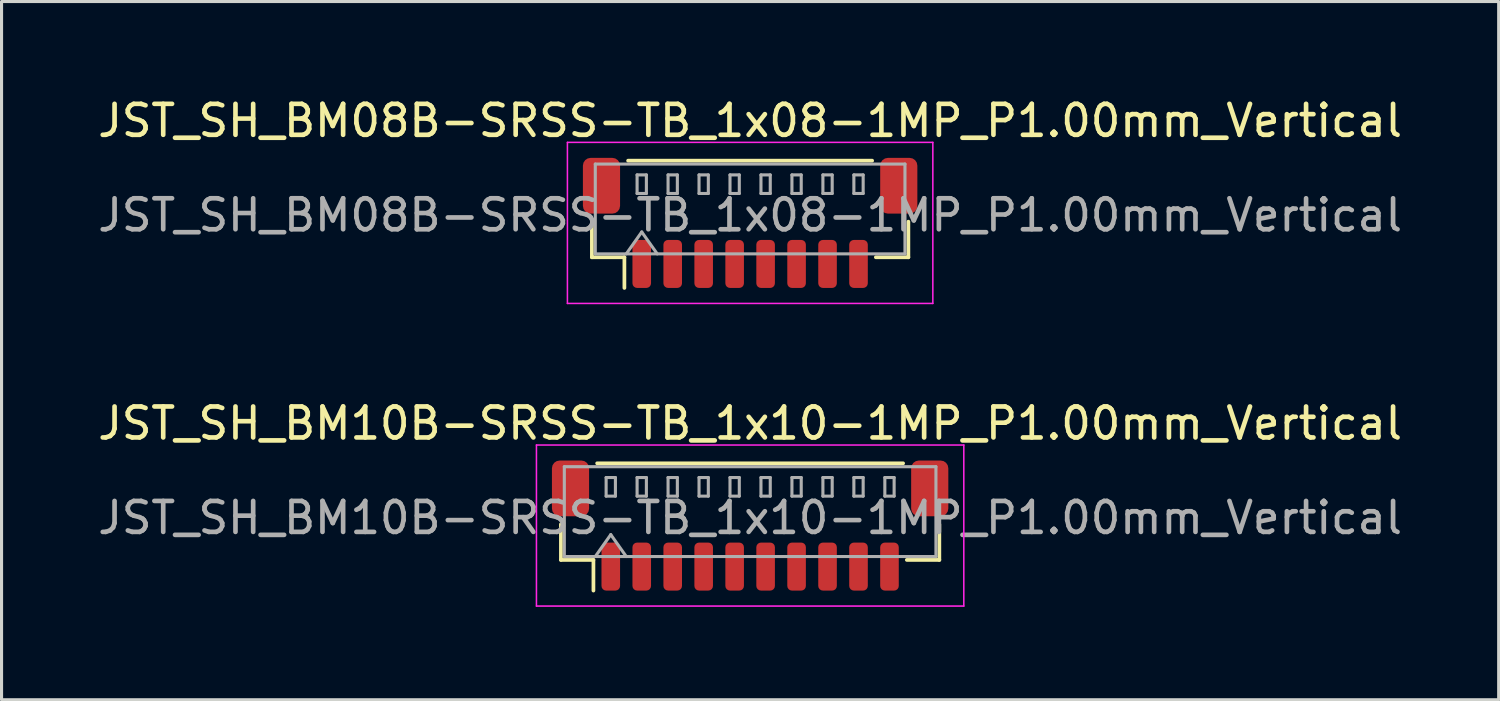
<source format=kicad_pcb>
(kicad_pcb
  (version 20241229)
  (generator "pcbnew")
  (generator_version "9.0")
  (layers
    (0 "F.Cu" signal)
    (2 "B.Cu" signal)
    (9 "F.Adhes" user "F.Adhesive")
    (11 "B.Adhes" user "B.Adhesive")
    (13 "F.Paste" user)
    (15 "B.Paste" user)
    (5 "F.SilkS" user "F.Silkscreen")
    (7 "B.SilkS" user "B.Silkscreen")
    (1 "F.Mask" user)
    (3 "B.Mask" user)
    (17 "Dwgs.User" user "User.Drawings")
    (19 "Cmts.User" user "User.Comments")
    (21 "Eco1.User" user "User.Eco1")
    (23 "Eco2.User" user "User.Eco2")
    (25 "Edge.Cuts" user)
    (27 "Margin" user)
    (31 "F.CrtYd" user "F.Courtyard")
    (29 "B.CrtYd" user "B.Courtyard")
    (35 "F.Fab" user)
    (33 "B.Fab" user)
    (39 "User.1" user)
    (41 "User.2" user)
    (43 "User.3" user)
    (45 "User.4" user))
  (footprint "JST_SH_BM08B-SRSS-TB_1x08-1MP_P1.00mm_Vertical"
    (layer "F.Cu")
    (at 21.173 4.148)
    (property "Reference" "JST_SH_BM08B-SRSS-TB_1x08-1MP_P1.00mm_Vertical" (at 0 -3.3 0) (layer "F.SilkS") (effects (font (size 1 1) (thickness 0.15))))
    (attr smd)
    (fp_line (start -5.11 -0.04) (end -5.11 1.11) (stroke (width 0.12) (type solid)) (layer "F.SilkS"))
    (fp_line (start -5.11 1.11) (end -4.06 1.11) (stroke (width 0.12) (type solid)) (layer "F.SilkS"))
    (fp_line (start -4.06 1.11) (end -4.06 2.1) (stroke (width 0.12) (type solid)) (layer "F.SilkS"))
    (fp_line (start -3.94 -2.01) (end 3.94 -2.01) (stroke (width 0.12) (type solid)) (layer "F.SilkS"))
    (fp_line (start 5.11 -0.04) (end 5.11 1.11) (stroke (width 0.12) (type solid)) (layer "F.SilkS"))
    (fp_line (start 5.11 1.11) (end 4.06 1.11) (stroke (width 0.12) (type solid)) (layer "F.SilkS"))
    (fp_line (start -5.9 -2.6) (end -5.9 2.6) (stroke (width 0.05) (type solid)) (layer "F.CrtYd"))
    (fp_line (start -5.9 2.6) (end 5.9 2.6) (stroke (width 0.05) (type solid)) (layer "F.CrtYd"))
    (fp_line (start 5.9 -2.6) (end -5.9 -2.6) (stroke (width 0.05) (type solid)) (layer "F.CrtYd"))
    (fp_line (start 5.9 2.6) (end 5.9 -2.6) (stroke (width 0.05) (type solid)) (layer "F.CrtYd"))
    (fp_line (start -5 -1.9) (end 5 -1.9) (stroke (width 0.1) (type solid)) (layer "F.Fab"))
    (fp_line (start -5 1) (end -5 -1.9) (stroke (width 0.1) (type solid)) (layer "F.Fab"))
    (fp_line (start -5 1) (end 5 1) (stroke (width 0.1) (type solid)) (layer "F.Fab"))
    (fp_line (start -4 1) (end -3.5 0.293) (stroke (width 0.1) (type solid)) (layer "F.Fab"))
    (fp_line (start -3.65 -1.55) (end -3.65 -0.95) (stroke (width 0.1) (type solid)) (layer "F.Fab"))
    (fp_line (start -3.65 -0.95) (end -3.35 -0.95) (stroke (width 0.1) (type solid)) (layer "F.Fab"))
    (fp_line (start -3.5 0.293) (end -3 1) (stroke (width 0.1) (type solid)) (layer "F.Fab"))
    (fp_line (start -3.35 -1.55) (end -3.65 -1.55) (stroke (width 0.1) (type solid)) (layer "F.Fab"))
    (fp_line (start -3.35 -0.95) (end -3.35 -1.55) (stroke (width 0.1) (type solid)) (layer "F.Fab"))
    (fp_line (start -2.65 -1.55) (end -2.65 -0.95) (stroke (width 0.1) (type solid)) (layer "F.Fab"))
    (fp_line (start -2.65 -0.95) (end -2.35 -0.95) (stroke (width 0.1) (type solid)) (layer "F.Fab"))
    (fp_line (start -2.35 -1.55) (end -2.65 -1.55) (stroke (width 0.1) (type solid)) (layer "F.Fab"))
    (fp_line (start -2.35 -0.95) (end -2.35 -1.55) (stroke (width 0.1) (type solid)) (layer "F.Fab"))
    (fp_line (start -1.65 -1.55) (end -1.65 -0.95) (stroke (width 0.1) (type solid)) (layer "F.Fab"))
    (fp_line (start -1.65 -0.95) (end -1.35 -0.95) (stroke (width 0.1) (type solid)) (layer "F.Fab"))
    (fp_line (start -1.35 -1.55) (end -1.65 -1.55) (stroke (width 0.1) (type solid)) (layer "F.Fab"))
    (fp_line (start -1.35 -0.95) (end -1.35 -1.55) (stroke (width 0.1) (type solid)) (layer "F.Fab"))
    (fp_line (start -0.65 -1.55) (end -0.65 -0.95) (stroke (width 0.1) (type solid)) (layer "F.Fab"))
    (fp_line (start -0.65 -0.95) (end -0.35 -0.95) (stroke (width 0.1) (type solid)) (layer "F.Fab"))
    (fp_line (start -0.35 -1.55) (end -0.65 -1.55) (stroke (width 0.1) (type solid)) (layer "F.Fab"))
    (fp_line (start -0.35 -0.95) (end -0.35 -1.55) (stroke (width 0.1) (type solid)) (layer "F.Fab"))
    (fp_line (start 0.35 -1.55) (end 0.35 -0.95) (stroke (width 0.1) (type solid)) (layer "F.Fab"))
    (fp_line (start 0.35 -0.95) (end 0.65 -0.95) (stroke (width 0.1) (type solid)) (layer "F.Fab"))
    (fp_line (start 0.65 -1.55) (end 0.35 -1.55) (stroke (width 0.1) (type solid)) (layer "F.Fab"))
    (fp_line (start 0.65 -0.95) (end 0.65 -1.55) (stroke (width 0.1) (type solid)) (layer "F.Fab"))
    (fp_line (start 1.35 -1.55) (end 1.35 -0.95) (stroke (width 0.1) (type solid)) (layer "F.Fab"))
    (fp_line (start 1.35 -0.95) (end 1.65 -0.95) (stroke (width 0.1) (type solid)) (layer "F.Fab"))
    (fp_line (start 1.65 -1.55) (end 1.35 -1.55) (stroke (width 0.1) (type solid)) (layer "F.Fab"))
    (fp_line (start 1.65 -0.95) (end 1.65 -1.55) (stroke (width 0.1) (type solid)) (layer "F.Fab"))
    (fp_line (start 2.35 -1.55) (end 2.35 -0.95) (stroke (width 0.1) (type solid)) (layer "F.Fab"))
    (fp_line (start 2.35 -0.95) (end 2.65 -0.95) (stroke (width 0.1) (type solid)) (layer "F.Fab"))
    (fp_line (start 2.65 -1.55) (end 2.35 -1.55) (stroke (width 0.1) (type solid)) (layer "F.Fab"))
    (fp_line (start 2.65 -0.95) (end 2.65 -1.55) (stroke (width 0.1) (type solid)) (layer "F.Fab"))
    (fp_line (start 3.35 -1.55) (end 3.35 -0.95) (stroke (width 0.1) (type solid)) (layer "F.Fab"))
    (fp_line (start 3.35 -0.95) (end 3.65 -0.95) (stroke (width 0.1) (type solid)) (layer "F.Fab"))
    (fp_line (start 3.65 -1.55) (end 3.35 -1.55) (stroke (width 0.1) (type solid)) (layer "F.Fab"))
    (fp_line (start 3.65 -0.95) (end 3.65 -1.55) (stroke (width 0.1) (type solid)) (layer "F.Fab"))
    (fp_line (start 5 1) (end 5 -1.9) (stroke (width 0.1) (type solid)) (layer "F.Fab"))
    (fp_text user "${REFERENCE}" (at 0 -0.25 0) (layer "F.Fab") (effects (font (size 1 1) (thickness 0.15))))
    (pad "1" smd roundrect (at -3.5 1.325) (size 0.6 1.55) (layers "F.Cu" "F.Mask" "F.Paste") (roundrect_rratio 0.25))
    (pad "2" smd roundrect (at -2.5 1.325) (size 0.6 1.55) (layers "F.Cu" "F.Mask" "F.Paste") (roundrect_rratio 0.25))
    (pad "3" smd roundrect (at -1.5 1.325) (size 0.6 1.55) (layers "F.Cu" "F.Mask" "F.Paste") (roundrect_rratio 0.25))
    (pad "4" smd roundrect (at -0.5 1.325) (size 0.6 1.55) (layers "F.Cu" "F.Mask" "F.Paste") (roundrect_rratio 0.25))
    (pad "5" smd roundrect (at 0.5 1.325) (size 0.6 1.55) (layers "F.Cu" "F.Mask" "F.Paste") (roundrect_rratio 0.25))
    (pad "6" smd roundrect (at 1.5 1.325) (size 0.6 1.55) (layers "F.Cu" "F.Mask" "F.Paste") (roundrect_rratio 0.25))
    (pad "7" smd roundrect (at 2.5 1.325) (size 0.6 1.55) (layers "F.Cu" "F.Mask" "F.Paste") (roundrect_rratio 0.25))
    (pad "8" smd roundrect (at 3.5 1.325) (size 0.6 1.55) (layers "F.Cu" "F.Mask" "F.Paste") (roundrect_rratio 0.25))
    (pad "MP" smd roundrect (at -4.8 -1.2) (size 1.2 1.8) (layers "F.Cu" "F.Mask" "F.Paste") (roundrect_rratio 0.208))
    (pad "MP" smd roundrect (at 4.8 -1.2) (size 1.2 1.8) (layers "F.Cu" "F.Mask" "F.Paste") (roundrect_rratio 0.208)))
  (footprint "JST_SH_BM10B-SRSS-TB_1x10-1MP_P1.00mm_Vertical"
    (layer "F.Cu")
    (at 21.173 13.921)
    (property "Reference" "JST_SH_BM10B-SRSS-TB_1x10-1MP_P1.00mm_Vertical" (at 0 -3.3 0) (layer "F.SilkS") (effects (font (size 1 1) (thickness 0.15))))
    (attr smd)
    (fp_line (start -6.11 -0.04) (end -6.11 1.11) (stroke (width 0.12) (type solid)) (layer "F.SilkS"))
    (fp_line (start -6.11 1.11) (end -5.06 1.11) (stroke (width 0.12) (type solid)) (layer "F.SilkS"))
    (fp_line (start -5.06 1.11) (end -5.06 2.1) (stroke (width 0.12) (type solid)) (layer "F.SilkS"))
    (fp_line (start -4.94 -2.01) (end 4.94 -2.01) (stroke (width 0.12) (type solid)) (layer "F.SilkS"))
    (fp_line (start 6.11 -0.04) (end 6.11 1.11) (stroke (width 0.12) (type solid)) (layer "F.SilkS"))
    (fp_line (start 6.11 1.11) (end 5.06 1.11) (stroke (width 0.12) (type solid)) (layer "F.SilkS"))
    (fp_line (start -6.9 -2.6) (end -6.9 2.6) (stroke (width 0.05) (type solid)) (layer "F.CrtYd"))
    (fp_line (start -6.9 2.6) (end 6.9 2.6) (stroke (width 0.05) (type solid)) (layer "F.CrtYd"))
    (fp_line (start 6.9 -2.6) (end -6.9 -2.6) (stroke (width 0.05) (type solid)) (layer "F.CrtYd"))
    (fp_line (start 6.9 2.6) (end 6.9 -2.6) (stroke (width 0.05) (type solid)) (layer "F.CrtYd"))
    (fp_line (start -6 -1.9) (end 6 -1.9) (stroke (width 0.1) (type solid)) (layer "F.Fab"))
    (fp_line (start -6 1) (end -6 -1.9) (stroke (width 0.1) (type solid)) (layer "F.Fab"))
    (fp_line (start -6 1) (end 6 1) (stroke (width 0.1) (type solid)) (layer "F.Fab"))
    (fp_line (start -5 1) (end -4.5 0.293) (stroke (width 0.1) (type solid)) (layer "F.Fab"))
    (fp_line (start -4.65 -1.55) (end -4.65 -0.95) (stroke (width 0.1) (type solid)) (layer "F.Fab"))
    (fp_line (start -4.65 -0.95) (end -4.35 -0.95) (stroke (width 0.1) (type solid)) (layer "F.Fab"))
    (fp_line (start -4.5 0.293) (end -4 1) (stroke (width 0.1) (type solid)) (layer "F.Fab"))
    (fp_line (start -4.35 -1.55) (end -4.65 -1.55) (stroke (width 0.1) (type solid)) (layer "F.Fab"))
    (fp_line (start -4.35 -0.95) (end -4.35 -1.55) (stroke (width 0.1) (type solid)) (layer "F.Fab"))
    (fp_line (start -3.65 -1.55) (end -3.65 -0.95) (stroke (width 0.1) (type solid)) (layer "F.Fab"))
    (fp_line (start -3.65 -0.95) (end -3.35 -0.95) (stroke (width 0.1) (type solid)) (layer "F.Fab"))
    (fp_line (start -3.35 -1.55) (end -3.65 -1.55) (stroke (width 0.1) (type solid)) (layer "F.Fab"))
    (fp_line (start -3.35 -0.95) (end -3.35 -1.55) (stroke (width 0.1) (type solid)) (layer "F.Fab"))
    (fp_line (start -2.65 -1.55) (end -2.65 -0.95) (stroke (width 0.1) (type solid)) (layer "F.Fab"))
    (fp_line (start -2.65 -0.95) (end -2.35 -0.95) (stroke (width 0.1) (type solid)) (layer "F.Fab"))
    (fp_line (start -2.35 -1.55) (end -2.65 -1.55) (stroke (width 0.1) (type solid)) (layer "F.Fab"))
    (fp_line (start -2.35 -0.95) (end -2.35 -1.55) (stroke (width 0.1) (type solid)) (layer "F.Fab"))
    (fp_line (start -1.65 -1.55) (end -1.65 -0.95) (stroke (width 0.1) (type solid)) (layer "F.Fab"))
    (fp_line (start -1.65 -0.95) (end -1.35 -0.95) (stroke (width 0.1) (type solid)) (layer "F.Fab"))
    (fp_line (start -1.35 -1.55) (end -1.65 -1.55) (stroke (width 0.1) (type solid)) (layer "F.Fab"))
    (fp_line (start -1.35 -0.95) (end -1.35 -1.55) (stroke (width 0.1) (type solid)) (layer "F.Fab"))
    (fp_line (start -0.65 -1.55) (end -0.65 -0.95) (stroke (width 0.1) (type solid)) (layer "F.Fab"))
    (fp_line (start -0.65 -0.95) (end -0.35 -0.95) (stroke (width 0.1) (type solid)) (layer "F.Fab"))
    (fp_line (start -0.35 -1.55) (end -0.65 -1.55) (stroke (width 0.1) (type solid)) (layer "F.Fab"))
    (fp_line (start -0.35 -0.95) (end -0.35 -1.55) (stroke (width 0.1) (type solid)) (layer "F.Fab"))
    (fp_line (start 0.35 -1.55) (end 0.35 -0.95) (stroke (width 0.1) (type solid)) (layer "F.Fab"))
    (fp_line (start 0.35 -0.95) (end 0.65 -0.95) (stroke (width 0.1) (type solid)) (layer "F.Fab"))
    (fp_line (start 0.65 -1.55) (end 0.35 -1.55) (stroke (width 0.1) (type solid)) (layer "F.Fab"))
    (fp_line (start 0.65 -0.95) (end 0.65 -1.55) (stroke (width 0.1) (type solid)) (layer "F.Fab"))
    (fp_line (start 1.35 -1.55) (end 1.35 -0.95) (stroke (width 0.1) (type solid)) (layer "F.Fab"))
    (fp_line (start 1.35 -0.95) (end 1.65 -0.95) (stroke (width 0.1) (type solid)) (layer "F.Fab"))
    (fp_line (start 1.65 -1.55) (end 1.35 -1.55) (stroke (width 0.1) (type solid)) (layer "F.Fab"))
    (fp_line (start 1.65 -0.95) (end 1.65 -1.55) (stroke (width 0.1) (type solid)) (layer "F.Fab"))
    (fp_line (start 2.35 -1.55) (end 2.35 -0.95) (stroke (width 0.1) (type solid)) (layer "F.Fab"))
    (fp_line (start 2.35 -0.95) (end 2.65 -0.95) (stroke (width 0.1) (type solid)) (layer "F.Fab"))
    (fp_line (start 2.65 -1.55) (end 2.35 -1.55) (stroke (width 0.1) (type solid)) (layer "F.Fab"))
    (fp_line (start 2.65 -0.95) (end 2.65 -1.55) (stroke (width 0.1) (type solid)) (layer "F.Fab"))
    (fp_line (start 3.35 -1.55) (end 3.35 -0.95) (stroke (width 0.1) (type solid)) (layer "F.Fab"))
    (fp_line (start 3.35 -0.95) (end 3.65 -0.95) (stroke (width 0.1) (type solid)) (layer "F.Fab"))
    (fp_line (start 3.65 -1.55) (end 3.35 -1.55) (stroke (width 0.1) (type solid)) (layer "F.Fab"))
    (fp_line (start 3.65 -0.95) (end 3.65 -1.55) (stroke (width 0.1) (type solid)) (layer "F.Fab"))
    (fp_line (start 4.35 -1.55) (end 4.35 -0.95) (stroke (width 0.1) (type solid)) (layer "F.Fab"))
    (fp_line (start 4.35 -0.95) (end 4.65 -0.95) (stroke (width 0.1) (type solid)) (layer "F.Fab"))
    (fp_line (start 4.65 -1.55) (end 4.35 -1.55) (stroke (width 0.1) (type solid)) (layer "F.Fab"))
    (fp_line (start 4.65 -0.95) (end 4.65 -1.55) (stroke (width 0.1) (type solid)) (layer "F.Fab"))
    (fp_line (start 6 1) (end 6 -1.9) (stroke (width 0.1) (type solid)) (layer "F.Fab"))
    (fp_text user "${REFERENCE}" (at 0 -0.25 0) (layer "F.Fab") (effects (font (size 1 1) (thickness 0.15))))
    (pad "1" smd roundrect (at -4.5 1.325) (size 0.6 1.55) (layers "F.Cu" "F.Mask" "F.Paste") (roundrect_rratio 0.25))
    (pad "2" smd roundrect (at -3.5 1.325) (size 0.6 1.55) (layers "F.Cu" "F.Mask" "F.Paste") (roundrect_rratio 0.25))
    (pad "3" smd roundrect (at -2.5 1.325) (size 0.6 1.55) (layers "F.Cu" "F.Mask" "F.Paste") (roundrect_rratio 0.25))
    (pad "4" smd roundrect (at -1.5 1.325) (size 0.6 1.55) (layers "F.Cu" "F.Mask" "F.Paste") (roundrect_rratio 0.25))
    (pad "5" smd roundrect (at -0.5 1.325) (size 0.6 1.55) (layers "F.Cu" "F.Mask" "F.Paste") (roundrect_rratio 0.25))
    (pad "6" smd roundrect (at 0.5 1.325) (size 0.6 1.55) (layers "F.Cu" "F.Mask" "F.Paste") (roundrect_rratio 0.25))
    (pad "7" smd roundrect (at 1.5 1.325) (size 0.6 1.55) (layers "F.Cu" "F.Mask" "F.Paste") (roundrect_rratio 0.25))
    (pad "8" smd roundrect (at 2.5 1.325) (size 0.6 1.55) (layers "F.Cu" "F.Mask" "F.Paste") (roundrect_rratio 0.25))
    (pad "9" smd roundrect (at 3.5 1.325) (size 0.6 1.55) (layers "F.Cu" "F.Mask" "F.Paste") (roundrect_rratio 0.25))
    (pad "10" smd roundrect (at 4.5 1.325) (size 0.6 1.55) (layers "F.Cu" "F.Mask" "F.Paste") (roundrect_rratio 0.25))
    (pad "MP" smd roundrect (at -5.8 -1.2) (size 1.2 1.8) (layers "F.Cu" "F.Mask" "F.Paste") (roundrect_rratio 0.208))
    (pad "MP" smd roundrect (at 5.8 -1.2) (size 1.2 1.8) (layers "F.Cu" "F.Mask" "F.Paste") (roundrect_rratio 0.208)))
  (gr_rect
    (start -3 -3)
    (end 45.345 19.547)
    (stroke (width 0.1) (type default))
    (fill no)
    (layer "Edge.Cuts")))
</source>
